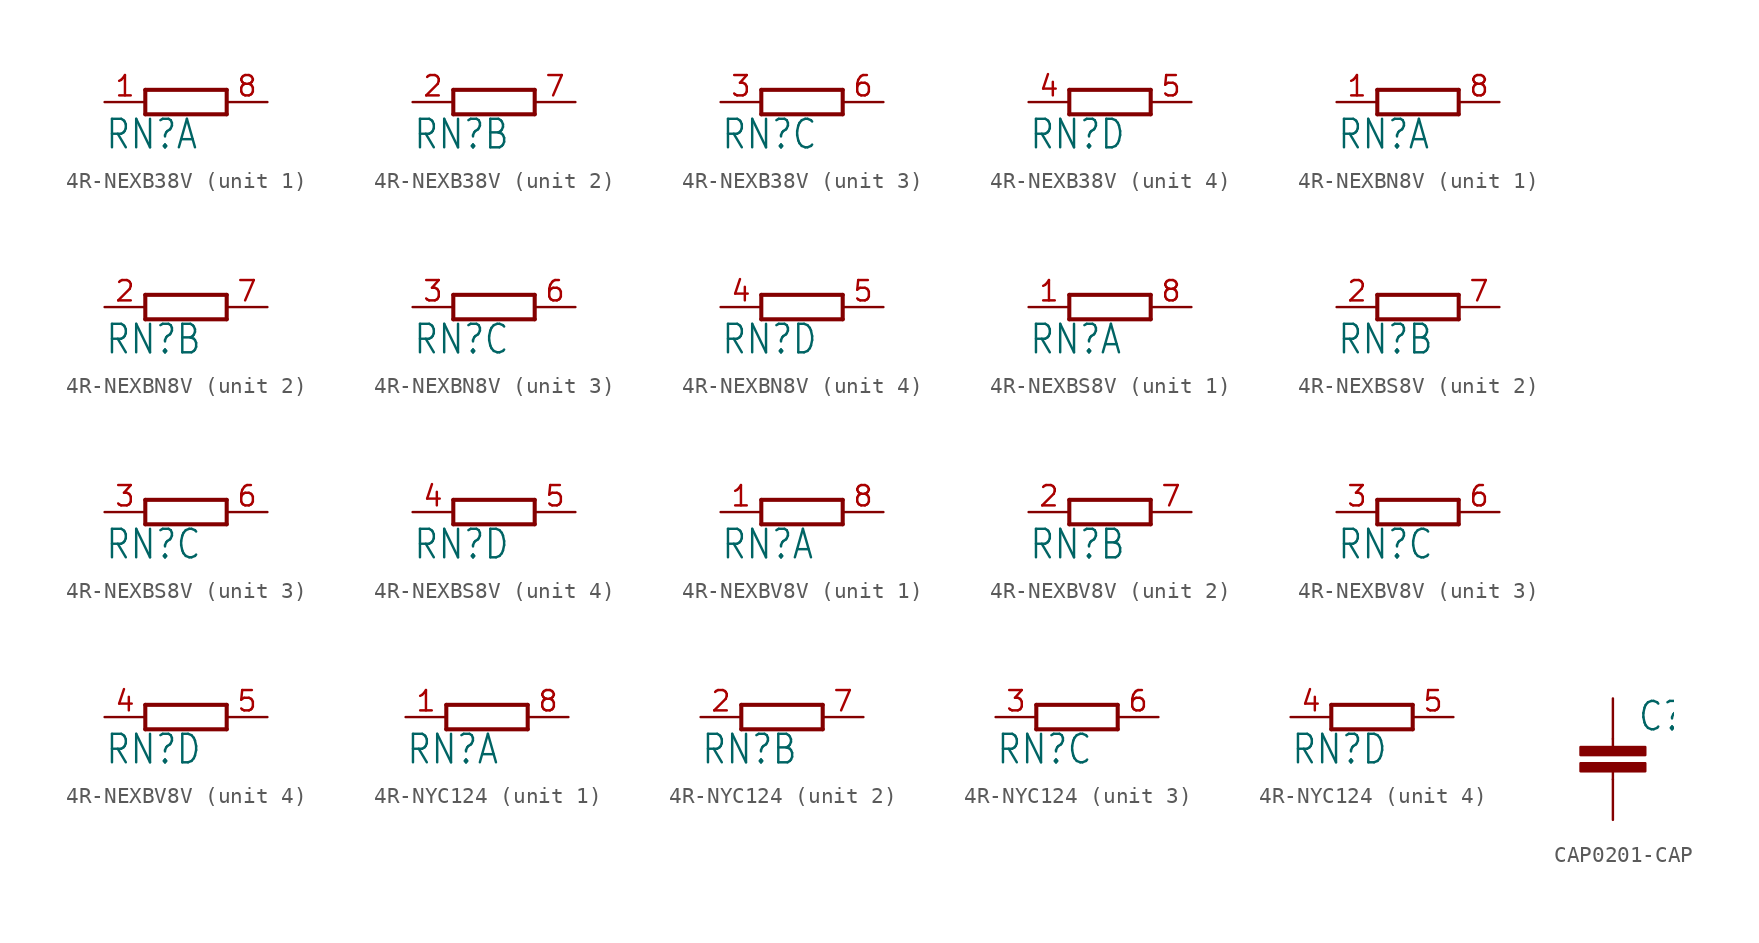
<source format=kicad_sym>
(kicad_symbol_lib
  (version 20231120)
  (generator "kicad_symbol_editor")
  (generator_version "8.0")
  (symbol "4R-NEXB38V"
    (property "Reference" "RN"
      (at -5.08 -3.048 0)
      (effects (font (size 1.778 1.511)) (justify left bottom)))
    (property "Value" ""
      (at 2.54 -3.048 0)
      (effects (font (size 1.778 1.511)) (justify left bottom)))
    (property "ki_locked" ""
      (at 0 0 0)
      (effects (font (size 1.27 1.27))))
    (symbol "4R-NEXB38V_1_0"
      (polyline (pts (xy -2.54 -0.762) (xy 2.54 -0.762)) (stroke (width 0.254) (type solid)) (fill (type none)))
      (polyline (pts (xy -2.54 0.762) (xy -2.54 -0.762)) (stroke (width 0.254) (type solid)) (fill (type none)))
      (polyline (pts (xy 2.54 -0.762) (xy 2.54 0.762)) (stroke (width 0.254) (type solid)) (fill (type none)))
      (polyline (pts (xy 2.54 0.762) (xy -2.54 0.762)) (stroke (width 0.254) (type solid)) (fill (type none)))
      (pin passive line (at -5.08 0 0) (length 2.54) (name "1" (effects (font (size 0 0)))) (number "1" (effects (font (size 1.27 1.27)))))
      (pin passive line (at 5.08 0 180) (length 2.54) (name "2" (effects (font (size 0 0)))) (number "8" (effects (font (size 1.27 1.27))))))
    (symbol "4R-NEXB38V_2_0"
      (polyline (pts (xy -2.54 -0.762) (xy 2.54 -0.762)) (stroke (width 0.254) (type solid)) (fill (type none)))
      (polyline (pts (xy -2.54 0.762) (xy -2.54 -0.762)) (stroke (width 0.254) (type solid)) (fill (type none)))
      (polyline (pts (xy 2.54 -0.762) (xy 2.54 0.762)) (stroke (width 0.254) (type solid)) (fill (type none)))
      (polyline (pts (xy 2.54 0.762) (xy -2.54 0.762)) (stroke (width 0.254) (type solid)) (fill (type none)))
      (pin passive line (at -5.08 0 0) (length 2.54) (name "1" (effects (font (size 0 0)))) (number "2" (effects (font (size 1.27 1.27)))))
      (pin passive line (at 5.08 0 180) (length 2.54) (name "2" (effects (font (size 0 0)))) (number "7" (effects (font (size 1.27 1.27))))))
    (symbol "4R-NEXB38V_3_0"
      (polyline (pts (xy -2.54 -0.762) (xy 2.54 -0.762)) (stroke (width 0.254) (type solid)) (fill (type none)))
      (polyline (pts (xy -2.54 0.762) (xy -2.54 -0.762)) (stroke (width 0.254) (type solid)) (fill (type none)))
      (polyline (pts (xy 2.54 -0.762) (xy 2.54 0.762)) (stroke (width 0.254) (type solid)) (fill (type none)))
      (polyline (pts (xy 2.54 0.762) (xy -2.54 0.762)) (stroke (width 0.254) (type solid)) (fill (type none)))
      (pin passive line (at -5.08 0 0) (length 2.54) (name "1" (effects (font (size 0 0)))) (number "3" (effects (font (size 1.27 1.27)))))
      (pin passive line (at 5.08 0 180) (length 2.54) (name "2" (effects (font (size 0 0)))) (number "6" (effects (font (size 1.27 1.27))))))
    (symbol "4R-NEXB38V_4_0"
      (polyline (pts (xy -2.54 -0.762) (xy 2.54 -0.762)) (stroke (width 0.254) (type solid)) (fill (type none)))
      (polyline (pts (xy -2.54 0.762) (xy -2.54 -0.762)) (stroke (width 0.254) (type solid)) (fill (type none)))
      (polyline (pts (xy 2.54 -0.762) (xy 2.54 0.762)) (stroke (width 0.254) (type solid)) (fill (type none)))
      (polyline (pts (xy 2.54 0.762) (xy -2.54 0.762)) (stroke (width 0.254) (type solid)) (fill (type none)))
      (pin passive line (at -5.08 0 0) (length 2.54) (name "1" (effects (font (size 0 0)))) (number "4" (effects (font (size 1.27 1.27)))))
      (pin passive line (at 5.08 0 180) (length 2.54) (name "2" (effects (font (size 0 0)))) (number "5" (effects (font (size 1.27 1.27)))))))
  (symbol "4R-NEXBN8V"
    (property "Reference" "RN"
      (at -5.08 -3.048 0)
      (effects (font (size 1.778 1.511)) (justify left bottom)))
    (property "Value" ""
      (at 2.54 -3.048 0)
      (effects (font (size 1.778 1.511)) (justify left bottom)))
    (property "ki_locked" ""
      (at 0 0 0)
      (effects (font (size 1.27 1.27))))
    (symbol "4R-NEXBN8V_1_0"
      (polyline (pts (xy -2.54 -0.762) (xy 2.54 -0.762)) (stroke (width 0.254) (type solid)) (fill (type none)))
      (polyline (pts (xy -2.54 0.762) (xy -2.54 -0.762)) (stroke (width 0.254) (type solid)) (fill (type none)))
      (polyline (pts (xy 2.54 -0.762) (xy 2.54 0.762)) (stroke (width 0.254) (type solid)) (fill (type none)))
      (polyline (pts (xy 2.54 0.762) (xy -2.54 0.762)) (stroke (width 0.254) (type solid)) (fill (type none)))
      (pin passive line (at -5.08 0 0) (length 2.54) (name "1" (effects (font (size 0 0)))) (number "1" (effects (font (size 1.27 1.27)))))
      (pin passive line (at 5.08 0 180) (length 2.54) (name "2" (effects (font (size 0 0)))) (number "8" (effects (font (size 1.27 1.27))))))
    (symbol "4R-NEXBN8V_2_0"
      (polyline (pts (xy -2.54 -0.762) (xy 2.54 -0.762)) (stroke (width 0.254) (type solid)) (fill (type none)))
      (polyline (pts (xy -2.54 0.762) (xy -2.54 -0.762)) (stroke (width 0.254) (type solid)) (fill (type none)))
      (polyline (pts (xy 2.54 -0.762) (xy 2.54 0.762)) (stroke (width 0.254) (type solid)) (fill (type none)))
      (polyline (pts (xy 2.54 0.762) (xy -2.54 0.762)) (stroke (width 0.254) (type solid)) (fill (type none)))
      (pin passive line (at -5.08 0 0) (length 2.54) (name "1" (effects (font (size 0 0)))) (number "2" (effects (font (size 1.27 1.27)))))
      (pin passive line (at 5.08 0 180) (length 2.54) (name "2" (effects (font (size 0 0)))) (number "7" (effects (font (size 1.27 1.27))))))
    (symbol "4R-NEXBN8V_3_0"
      (polyline (pts (xy -2.54 -0.762) (xy 2.54 -0.762)) (stroke (width 0.254) (type solid)) (fill (type none)))
      (polyline (pts (xy -2.54 0.762) (xy -2.54 -0.762)) (stroke (width 0.254) (type solid)) (fill (type none)))
      (polyline (pts (xy 2.54 -0.762) (xy 2.54 0.762)) (stroke (width 0.254) (type solid)) (fill (type none)))
      (polyline (pts (xy 2.54 0.762) (xy -2.54 0.762)) (stroke (width 0.254) (type solid)) (fill (type none)))
      (pin passive line (at -5.08 0 0) (length 2.54) (name "1" (effects (font (size 0 0)))) (number "3" (effects (font (size 1.27 1.27)))))
      (pin passive line (at 5.08 0 180) (length 2.54) (name "2" (effects (font (size 0 0)))) (number "6" (effects (font (size 1.27 1.27))))))
    (symbol "4R-NEXBN8V_4_0"
      (polyline (pts (xy -2.54 -0.762) (xy 2.54 -0.762)) (stroke (width 0.254) (type solid)) (fill (type none)))
      (polyline (pts (xy -2.54 0.762) (xy -2.54 -0.762)) (stroke (width 0.254) (type solid)) (fill (type none)))
      (polyline (pts (xy 2.54 -0.762) (xy 2.54 0.762)) (stroke (width 0.254) (type solid)) (fill (type none)))
      (polyline (pts (xy 2.54 0.762) (xy -2.54 0.762)) (stroke (width 0.254) (type solid)) (fill (type none)))
      (pin passive line (at -5.08 0 0) (length 2.54) (name "1" (effects (font (size 0 0)))) (number "4" (effects (font (size 1.27 1.27)))))
      (pin passive line (at 5.08 0 180) (length 2.54) (name "2" (effects (font (size 0 0)))) (number "5" (effects (font (size 1.27 1.27)))))))
  (symbol "4R-NEXBS8V"
    (property "Reference" "RN"
      (at -5.08 -3.048 0)
      (effects (font (size 1.778 1.511)) (justify left bottom)))
    (property "Value" ""
      (at 2.54 -3.048 0)
      (effects (font (size 1.778 1.511)) (justify left bottom)))
    (property "ki_locked" ""
      (at 0 0 0)
      (effects (font (size 1.27 1.27))))
    (symbol "4R-NEXBS8V_1_0"
      (polyline (pts (xy -2.54 -0.762) (xy 2.54 -0.762)) (stroke (width 0.254) (type solid)) (fill (type none)))
      (polyline (pts (xy -2.54 0.762) (xy -2.54 -0.762)) (stroke (width 0.254) (type solid)) (fill (type none)))
      (polyline (pts (xy 2.54 -0.762) (xy 2.54 0.762)) (stroke (width 0.254) (type solid)) (fill (type none)))
      (polyline (pts (xy 2.54 0.762) (xy -2.54 0.762)) (stroke (width 0.254) (type solid)) (fill (type none)))
      (pin passive line (at -5.08 0 0) (length 2.54) (name "1" (effects (font (size 0 0)))) (number "1" (effects (font (size 1.27 1.27)))))
      (pin passive line (at 5.08 0 180) (length 2.54) (name "2" (effects (font (size 0 0)))) (number "8" (effects (font (size 1.27 1.27))))))
    (symbol "4R-NEXBS8V_2_0"
      (polyline (pts (xy -2.54 -0.762) (xy 2.54 -0.762)) (stroke (width 0.254) (type solid)) (fill (type none)))
      (polyline (pts (xy -2.54 0.762) (xy -2.54 -0.762)) (stroke (width 0.254) (type solid)) (fill (type none)))
      (polyline (pts (xy 2.54 -0.762) (xy 2.54 0.762)) (stroke (width 0.254) (type solid)) (fill (type none)))
      (polyline (pts (xy 2.54 0.762) (xy -2.54 0.762)) (stroke (width 0.254) (type solid)) (fill (type none)))
      (pin passive line (at -5.08 0 0) (length 2.54) (name "1" (effects (font (size 0 0)))) (number "2" (effects (font (size 1.27 1.27)))))
      (pin passive line (at 5.08 0 180) (length 2.54) (name "2" (effects (font (size 0 0)))) (number "7" (effects (font (size 1.27 1.27))))))
    (symbol "4R-NEXBS8V_3_0"
      (polyline (pts (xy -2.54 -0.762) (xy 2.54 -0.762)) (stroke (width 0.254) (type solid)) (fill (type none)))
      (polyline (pts (xy -2.54 0.762) (xy -2.54 -0.762)) (stroke (width 0.254) (type solid)) (fill (type none)))
      (polyline (pts (xy 2.54 -0.762) (xy 2.54 0.762)) (stroke (width 0.254) (type solid)) (fill (type none)))
      (polyline (pts (xy 2.54 0.762) (xy -2.54 0.762)) (stroke (width 0.254) (type solid)) (fill (type none)))
      (pin passive line (at -5.08 0 0) (length 2.54) (name "1" (effects (font (size 0 0)))) (number "3" (effects (font (size 1.27 1.27)))))
      (pin passive line (at 5.08 0 180) (length 2.54) (name "2" (effects (font (size 0 0)))) (number "6" (effects (font (size 1.27 1.27))))))
    (symbol "4R-NEXBS8V_4_0"
      (polyline (pts (xy -2.54 -0.762) (xy 2.54 -0.762)) (stroke (width 0.254) (type solid)) (fill (type none)))
      (polyline (pts (xy -2.54 0.762) (xy -2.54 -0.762)) (stroke (width 0.254) (type solid)) (fill (type none)))
      (polyline (pts (xy 2.54 -0.762) (xy 2.54 0.762)) (stroke (width 0.254) (type solid)) (fill (type none)))
      (polyline (pts (xy 2.54 0.762) (xy -2.54 0.762)) (stroke (width 0.254) (type solid)) (fill (type none)))
      (pin passive line (at -5.08 0 0) (length 2.54) (name "1" (effects (font (size 0 0)))) (number "4" (effects (font (size 1.27 1.27)))))
      (pin passive line (at 5.08 0 180) (length 2.54) (name "2" (effects (font (size 0 0)))) (number "5" (effects (font (size 1.27 1.27)))))))
  (symbol "4R-NEXBV8V"
    (property "Reference" "RN"
      (at -5.08 -3.048 0)
      (effects (font (size 1.778 1.511)) (justify left bottom)))
    (property "Value" ""
      (at 2.54 -3.048 0)
      (effects (font (size 1.778 1.511)) (justify left bottom)))
    (property "ki_locked" ""
      (at 0 0 0)
      (effects (font (size 1.27 1.27))))
    (symbol "4R-NEXBV8V_1_0"
      (polyline (pts (xy -2.54 -0.762) (xy 2.54 -0.762)) (stroke (width 0.254) (type solid)) (fill (type none)))
      (polyline (pts (xy -2.54 0.762) (xy -2.54 -0.762)) (stroke (width 0.254) (type solid)) (fill (type none)))
      (polyline (pts (xy 2.54 -0.762) (xy 2.54 0.762)) (stroke (width 0.254) (type solid)) (fill (type none)))
      (polyline (pts (xy 2.54 0.762) (xy -2.54 0.762)) (stroke (width 0.254) (type solid)) (fill (type none)))
      (pin passive line (at -5.08 0 0) (length 2.54) (name "1" (effects (font (size 0 0)))) (number "1" (effects (font (size 1.27 1.27)))))
      (pin passive line (at 5.08 0 180) (length 2.54) (name "2" (effects (font (size 0 0)))) (number "8" (effects (font (size 1.27 1.27))))))
    (symbol "4R-NEXBV8V_2_0"
      (polyline (pts (xy -2.54 -0.762) (xy 2.54 -0.762)) (stroke (width 0.254) (type solid)) (fill (type none)))
      (polyline (pts (xy -2.54 0.762) (xy -2.54 -0.762)) (stroke (width 0.254) (type solid)) (fill (type none)))
      (polyline (pts (xy 2.54 -0.762) (xy 2.54 0.762)) (stroke (width 0.254) (type solid)) (fill (type none)))
      (polyline (pts (xy 2.54 0.762) (xy -2.54 0.762)) (stroke (width 0.254) (type solid)) (fill (type none)))
      (pin passive line (at -5.08 0 0) (length 2.54) (name "1" (effects (font (size 0 0)))) (number "2" (effects (font (size 1.27 1.27)))))
      (pin passive line (at 5.08 0 180) (length 2.54) (name "2" (effects (font (size 0 0)))) (number "7" (effects (font (size 1.27 1.27))))))
    (symbol "4R-NEXBV8V_3_0"
      (polyline (pts (xy -2.54 -0.762) (xy 2.54 -0.762)) (stroke (width 0.254) (type solid)) (fill (type none)))
      (polyline (pts (xy -2.54 0.762) (xy -2.54 -0.762)) (stroke (width 0.254) (type solid)) (fill (type none)))
      (polyline (pts (xy 2.54 -0.762) (xy 2.54 0.762)) (stroke (width 0.254) (type solid)) (fill (type none)))
      (polyline (pts (xy 2.54 0.762) (xy -2.54 0.762)) (stroke (width 0.254) (type solid)) (fill (type none)))
      (pin passive line (at -5.08 0 0) (length 2.54) (name "1" (effects (font (size 0 0)))) (number "3" (effects (font (size 1.27 1.27)))))
      (pin passive line (at 5.08 0 180) (length 2.54) (name "2" (effects (font (size 0 0)))) (number "6" (effects (font (size 1.27 1.27))))))
    (symbol "4R-NEXBV8V_4_0"
      (polyline (pts (xy -2.54 -0.762) (xy 2.54 -0.762)) (stroke (width 0.254) (type solid)) (fill (type none)))
      (polyline (pts (xy -2.54 0.762) (xy -2.54 -0.762)) (stroke (width 0.254) (type solid)) (fill (type none)))
      (polyline (pts (xy 2.54 -0.762) (xy 2.54 0.762)) (stroke (width 0.254) (type solid)) (fill (type none)))
      (polyline (pts (xy 2.54 0.762) (xy -2.54 0.762)) (stroke (width 0.254) (type solid)) (fill (type none)))
      (pin passive line (at -5.08 0 0) (length 2.54) (name "1" (effects (font (size 0 0)))) (number "4" (effects (font (size 1.27 1.27)))))
      (pin passive line (at 5.08 0 180) (length 2.54) (name "2" (effects (font (size 0 0)))) (number "5" (effects (font (size 1.27 1.27)))))))
  (symbol "4R-NYC124"
    (property "Reference" "RN"
      (at -5.08 -3.048 0)
      (effects (font (size 1.778 1.511)) (justify left bottom)))
    (property "Value" ""
      (at 2.54 -3.048 0)
      (effects (font (size 1.778 1.511)) (justify left bottom)))
    (property "ki_locked" ""
      (at 0 0 0)
      (effects (font (size 1.27 1.27))))
    (symbol "4R-NYC124_1_0"
      (polyline (pts (xy -2.54 -0.762) (xy 2.54 -0.762)) (stroke (width 0.254) (type solid)) (fill (type none)))
      (polyline (pts (xy -2.54 0.762) (xy -2.54 -0.762)) (stroke (width 0.254) (type solid)) (fill (type none)))
      (polyline (pts (xy 2.54 -0.762) (xy 2.54 0.762)) (stroke (width 0.254) (type solid)) (fill (type none)))
      (polyline (pts (xy 2.54 0.762) (xy -2.54 0.762)) (stroke (width 0.254) (type solid)) (fill (type none)))
      (pin passive line (at -5.08 0 0) (length 2.54) (name "1" (effects (font (size 0 0)))) (number "1" (effects (font (size 1.27 1.27)))))
      (pin passive line (at 5.08 0 180) (length 2.54) (name "2" (effects (font (size 0 0)))) (number "8" (effects (font (size 1.27 1.27))))))
    (symbol "4R-NYC124_2_0"
      (polyline (pts (xy -2.54 -0.762) (xy 2.54 -0.762)) (stroke (width 0.254) (type solid)) (fill (type none)))
      (polyline (pts (xy -2.54 0.762) (xy -2.54 -0.762)) (stroke (width 0.254) (type solid)) (fill (type none)))
      (polyline (pts (xy 2.54 -0.762) (xy 2.54 0.762)) (stroke (width 0.254) (type solid)) (fill (type none)))
      (polyline (pts (xy 2.54 0.762) (xy -2.54 0.762)) (stroke (width 0.254) (type solid)) (fill (type none)))
      (pin passive line (at -5.08 0 0) (length 2.54) (name "1" (effects (font (size 0 0)))) (number "2" (effects (font (size 1.27 1.27)))))
      (pin passive line (at 5.08 0 180) (length 2.54) (name "2" (effects (font (size 0 0)))) (number "7" (effects (font (size 1.27 1.27))))))
    (symbol "4R-NYC124_3_0"
      (polyline (pts (xy -2.54 -0.762) (xy 2.54 -0.762)) (stroke (width 0.254) (type solid)) (fill (type none)))
      (polyline (pts (xy -2.54 0.762) (xy -2.54 -0.762)) (stroke (width 0.254) (type solid)) (fill (type none)))
      (polyline (pts (xy 2.54 -0.762) (xy 2.54 0.762)) (stroke (width 0.254) (type solid)) (fill (type none)))
      (polyline (pts (xy 2.54 0.762) (xy -2.54 0.762)) (stroke (width 0.254) (type solid)) (fill (type none)))
      (pin passive line (at -5.08 0 0) (length 2.54) (name "1" (effects (font (size 0 0)))) (number "3" (effects (font (size 1.27 1.27)))))
      (pin passive line (at 5.08 0 180) (length 2.54) (name "2" (effects (font (size 0 0)))) (number "6" (effects (font (size 1.27 1.27))))))
    (symbol "4R-NYC124_4_0"
      (polyline (pts (xy -2.54 -0.762) (xy 2.54 -0.762)) (stroke (width 0.254) (type solid)) (fill (type none)))
      (polyline (pts (xy -2.54 0.762) (xy -2.54 -0.762)) (stroke (width 0.254) (type solid)) (fill (type none)))
      (polyline (pts (xy 2.54 -0.762) (xy 2.54 0.762)) (stroke (width 0.254) (type solid)) (fill (type none)))
      (polyline (pts (xy 2.54 0.762) (xy -2.54 0.762)) (stroke (width 0.254) (type solid)) (fill (type none)))
      (pin passive line (at -5.08 0 0) (length 2.54) (name "1" (effects (font (size 0 0)))) (number "4" (effects (font (size 1.27 1.27)))))
      (pin passive line (at 5.08 0 180) (length 2.54) (name "2" (effects (font (size 0 0)))) (number "5" (effects (font (size 1.27 1.27)))))))
  (symbol "CAP0201-CAP"
    (property "Reference" "C"
      (at 1.524 2.921 0)
      (effects (font (size 1.778 1.511)) (justify left bottom)))
    (property "Value" ""
      (at 1.524 -2.159 0)
      (effects (font (size 1.778 1.511)) (justify left bottom)))
    (property "ki_locked" ""
      (at 0 0 0)
      (effects (font (size 1.27 1.27))))
    (symbol "CAP0201-CAP_1_0"
      (rectangle (start -2.032 0.508) (end 2.032 1.016) (stroke (width 0) (type default)) (fill (type outline)))
      (rectangle (start -2.032 1.524) (end 2.032 2.032) (stroke (width 0) (type default)) (fill (type outline)))
      (polyline (pts (xy 0 0) (xy 0 0.508)) (stroke (width 0.152) (type solid)) (fill (type none)))
      (polyline (pts (xy 0 2.54) (xy 0 2.032)) (stroke (width 0.152) (type solid)) (fill (type none)))
      (pin passive line (at 0 5.08 270) (length 2.54) (name "1" (effects (font (size 0 0)))) (number "1" (effects (font (size 0 0)))))
      (pin passive line (at 0 -2.54 90) (length 2.54) (name "2" (effects (font (size 0 0)))) (number "2" (effects (font (size 0 0))))))))
</source>
